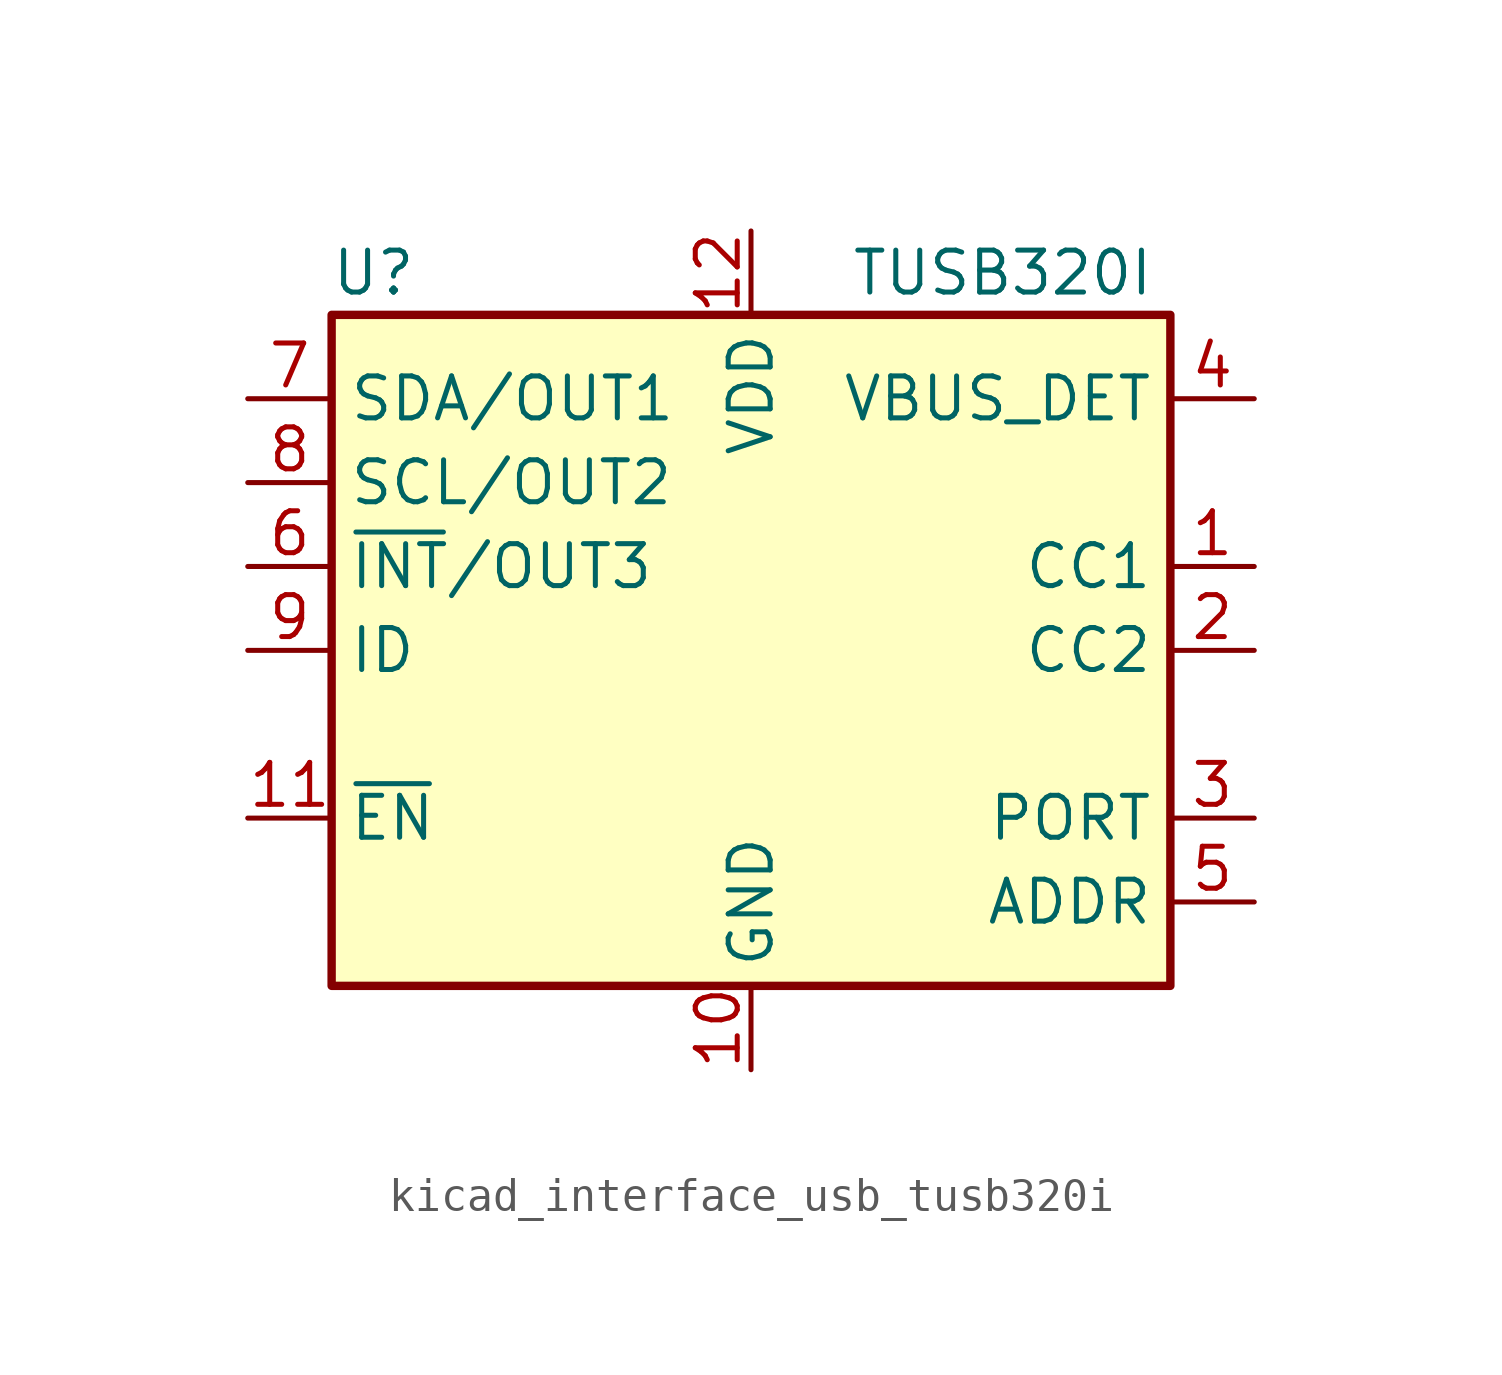
<source format=kicad_sym>
(kicad_symbol_lib
  (version 20220914)
  (generator kicad_symbol_editor)
  (symbol "kicad_interface_usb_tusb320i"
    (property "Reference" "U"
      (at -11.43 11.43 0)
      (effects (font (size 1.27 1.27))))
    (property "Value" "TUSB320I"
      (at 7.62 11.43 0)
      (effects (font (size 1.27 1.27))))
    (symbol "kicad_interface_usb_tusb320i_0_1"
      (rectangle (start -12.7 10.16) (end 12.7 -10.16) (stroke (width 0.254) (type default)) (fill (type background))))
    (symbol "kicad_interface_usb_tusb320i_1_1"
      (pin bidirectional line (at 15.24 2.54 180) (length 2.54) (name "CC1" (effects (font (size 1.27 1.27)))) (number "1" (effects (font (size 1.27 1.27)))))
      (pin power_in line (at 0 -12.7 90) (length 2.54) (name "GND" (effects (font (size 1.27 1.27)))) (number "10" (effects (font (size 1.27 1.27)))))
      (pin input line (at -15.24 -5.08 0) (length 2.54) (name "~{EN}" (effects (font (size 1.27 1.27)))) (number "11" (effects (font (size 1.27 1.27)))))
      (pin power_in line (at 0 12.7 270) (length 2.54) (name "VDD" (effects (font (size 1.27 1.27)))) (number "12" (effects (font (size 1.27 1.27)))))
      (pin bidirectional line (at 15.24 0 180) (length 2.54) (name "CC2" (effects (font (size 1.27 1.27)))) (number "2" (effects (font (size 1.27 1.27)))))
      (pin input line (at 15.24 -5.08 180) (length 2.54) (name "PORT" (effects (font (size 1.27 1.27)))) (number "3" (effects (font (size 1.27 1.27)))))
      (pin input line (at 15.24 7.62 180) (length 2.54) (name "VBUS_DET" (effects (font (size 1.27 1.27)))) (number "4" (effects (font (size 1.27 1.27)))))
      (pin input line (at 15.24 -7.62 180) (length 2.54) (name "ADDR" (effects (font (size 1.27 1.27)))) (number "5" (effects (font (size 1.27 1.27)))))
      (pin open_collector line (at -15.24 2.54 0) (length 2.54) (name "~{INT}/OUT3" (effects (font (size 1.27 1.27)))) (number "6" (effects (font (size 1.27 1.27)))))
      (pin bidirectional line (at -15.24 7.62 0) (length 2.54) (name "SDA/OUT1" (effects (font (size 1.27 1.27)))) (number "7" (effects (font (size 1.27 1.27)))))
      (pin bidirectional line (at -15.24 5.08 0) (length 2.54) (name "SCL/OUT2" (effects (font (size 1.27 1.27)))) (number "8" (effects (font (size 1.27 1.27)))))
      (pin open_collector line (at -15.24 0 0) (length 2.54) (name "ID" (effects (font (size 1.27 1.27)))) (number "9" (effects (font (size 1.27 1.27))))))))
</source>
